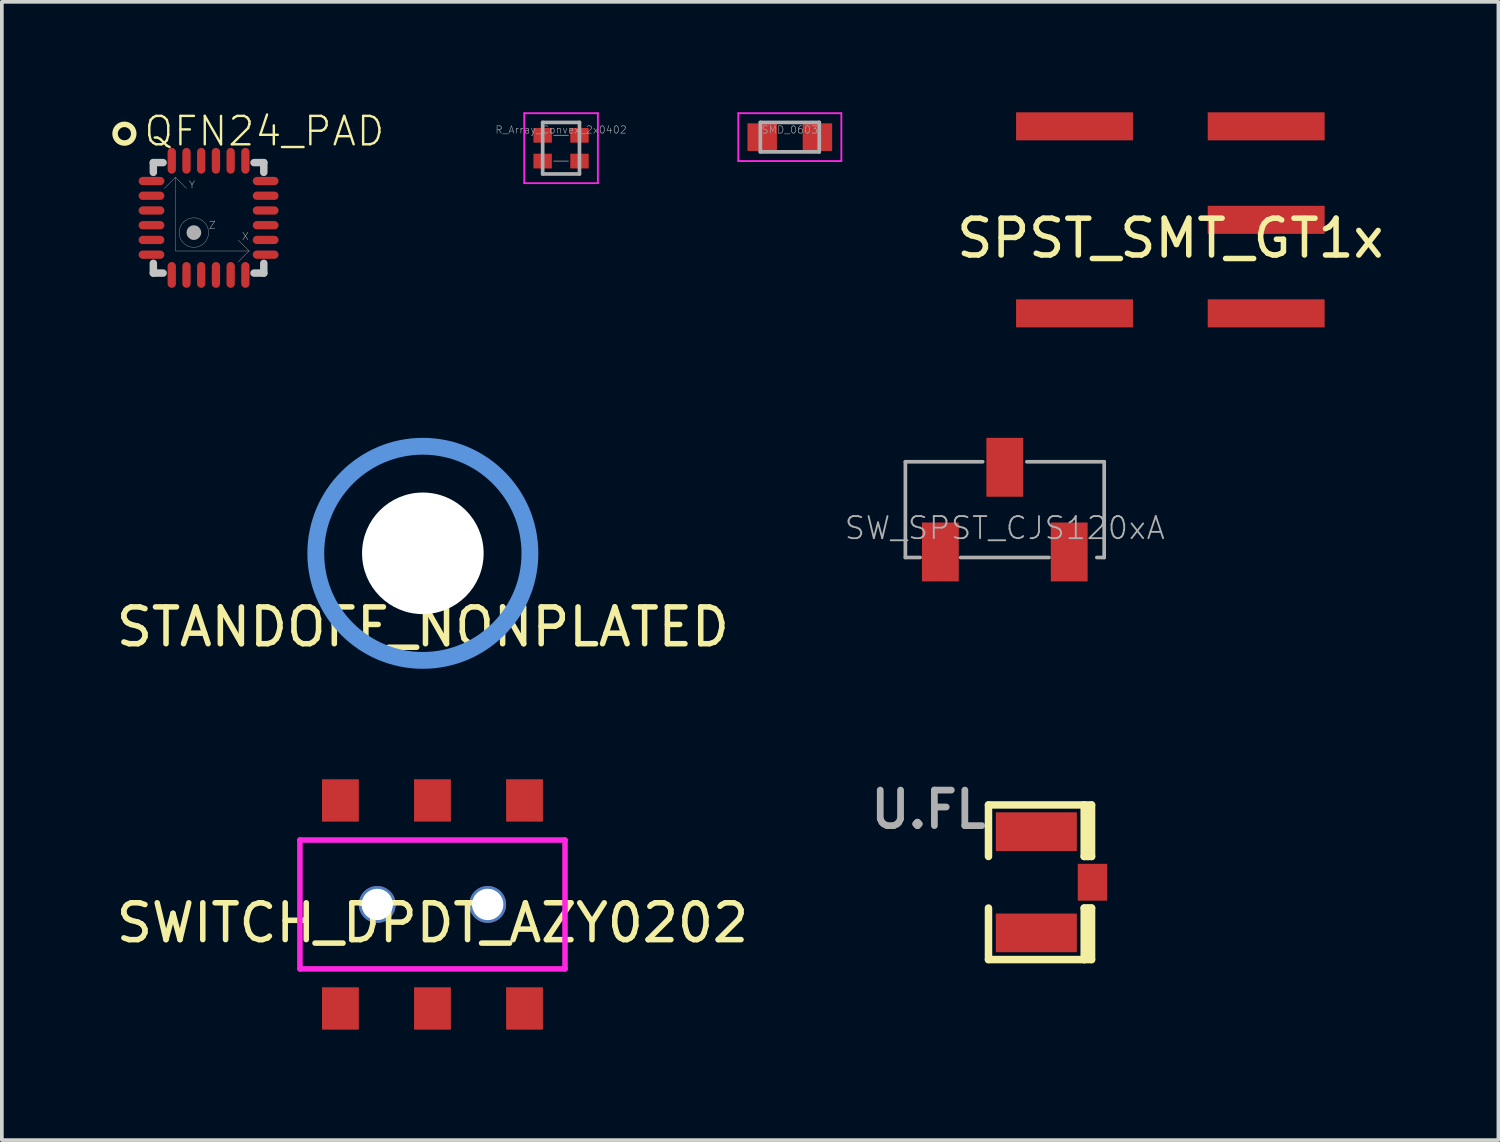
<source format=kicad_pcb>
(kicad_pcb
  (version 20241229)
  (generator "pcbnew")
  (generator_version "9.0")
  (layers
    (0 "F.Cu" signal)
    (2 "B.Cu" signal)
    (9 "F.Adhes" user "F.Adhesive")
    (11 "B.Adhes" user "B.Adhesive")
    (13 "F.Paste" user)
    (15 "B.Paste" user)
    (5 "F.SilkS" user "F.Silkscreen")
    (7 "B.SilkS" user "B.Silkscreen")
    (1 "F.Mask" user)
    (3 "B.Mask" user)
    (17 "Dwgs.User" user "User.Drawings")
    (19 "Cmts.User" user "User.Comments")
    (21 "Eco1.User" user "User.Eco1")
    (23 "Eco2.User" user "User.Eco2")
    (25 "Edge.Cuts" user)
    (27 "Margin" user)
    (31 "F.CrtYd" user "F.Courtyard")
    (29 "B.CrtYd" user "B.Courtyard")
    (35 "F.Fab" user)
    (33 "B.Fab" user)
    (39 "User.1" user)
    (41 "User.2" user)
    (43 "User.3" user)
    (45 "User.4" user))
  (footprint "R_Array_Convex_2x0402"
    (layer "F.Cu")
    (at 12.189 0.975)
    (property "Reference" "R_Array_Convex_2x0402" (at 0 -0.5 0) (layer "F.Fab") (effects (font (size 0.2 0.2) (thickness 0.015))))
    (attr smd)
    (fp_line (start -1 -0.95) (end -1 0.95) (stroke (width 0.05) (type solid)) (layer "F.CrtYd"))
    (fp_line (start -1 -0.95) (end 1 -0.95) (stroke (width 0.05) (type solid)) (layer "F.CrtYd"))
    (fp_line (start 1 0.95) (end -1 0.95) (stroke (width 0.05) (type solid)) (layer "F.CrtYd"))
    (fp_line (start 1 0.95) (end 1 -0.95) (stroke (width 0.05) (type solid)) (layer "F.CrtYd"))
    (fp_line (start -0.5 -0.7) (end -0.5 0.7) (stroke (width 0.1) (type solid)) (layer "F.Fab"))
    (fp_line (start -0.5 0.7) (end 0.5 0.7) (stroke (width 0.1) (type solid)) (layer "F.Fab"))
    (fp_line (start -0.2 -0.35) (end 0.2 -0.35) (stroke (width 0.02) (type solid)) (layer "F.Fab"))
    (fp_line (start -0.2 0.35) (end 0.2 0.35) (stroke (width 0.02) (type solid)) (layer "F.Fab"))
    (fp_line (start 0.5 -0.7) (end -0.5 -0.7) (stroke (width 0.1) (type solid)) (layer "F.Fab"))
    (fp_line (start 0.5 0.7) (end 0.5 -0.7) (stroke (width 0.1) (type solid)) (layer "F.Fab"))
    (pad "1" smd rect (at -0.5 -0.35) (size 0.5 0.4) (layers "F.Cu" "F.Mask" "F.Paste"))
    (pad "2" smd rect (at -0.5 0.35) (size 0.5 0.4) (layers "F.Cu" "F.Mask" "F.Paste"))
    (pad "3" smd rect (at 0.5 0.35) (size 0.5 0.4) (layers "F.Cu" "F.Mask" "F.Paste"))
    (pad "4" smd rect (at 0.5 -0.35) (size 0.5 0.4) (layers "F.Cu" "F.Mask" "F.Paste")))
  (footprint "QFN24_PAD"
    (layer "F.Cu")
    (at 2.615 2.867)
    (property "Reference" "QFN24_PAD" (at -1.8 -1.9 0) (layer "F.SilkS") (effects (font (size 0.772 0.772) (thickness 0.065)) (justify left bottom)))
    (attr through_hole)
    (fp_circle (center -2.286 -2.286) (end -2.032 -2.286) (stroke (width 0.15) (type solid)) (fill no) (layer "F.SilkS"))
    (fp_line (start -1.5 -1.235) (end -1.5 -1.5) (stroke (width 0.203) (type solid)) (layer "Dwgs.User"))
    (fp_line (start -1.5 1.235) (end -1.5 1.5) (stroke (width 0.203) (type solid)) (layer "Dwgs.User"))
    (fp_line (start -1.235 -1.5) (end -1.5 -1.5) (stroke (width 0.203) (type solid)) (layer "Dwgs.User"))
    (fp_line (start -1.235 1.5) (end -1.5 1.5) (stroke (width 0.203) (type solid)) (layer "Dwgs.User"))
    (fp_line (start 1.235 -1.5) (end 1.5 -1.5) (stroke (width 0.203) (type solid)) (layer "Dwgs.User"))
    (fp_line (start 1.235 1.5) (end 1.5 1.5) (stroke (width 0.203) (type solid)) (layer "Dwgs.User"))
    (fp_line (start 1.5 -1.235) (end 1.5 -1.5) (stroke (width 0.203) (type solid)) (layer "Dwgs.User"))
    (fp_line (start 1.5 1.235) (end 1.5 1.5) (stroke (width 0.203) (type solid)) (layer "Dwgs.User"))
    (fp_line (start -0.9 -1.1) (end -1.2 -0.8) (stroke (width 0.01) (type solid)) (layer "F.Fab"))
    (fp_line (start -0.9 -1.1) (end -0.9 0.9) (stroke (width 0.01) (type solid)) (layer "F.Fab"))
    (fp_line (start -0.9 -1.1) (end -0.6 -0.8) (stroke (width 0.01) (type solid)) (layer "F.Fab"))
    (fp_line (start -0.9 0.9) (end 1.1 0.9) (stroke (width 0.01) (type solid)) (layer "F.Fab"))
    (fp_line (start 1.1 0.9) (end 0.8 0.6) (stroke (width 0.01) (type solid)) (layer "F.Fab"))
    (fp_line (start 1.1 0.9) (end 0.8 1.2) (stroke (width 0.01) (type solid)) (layer "F.Fab"))
    (fp_circle (center -0.4 0.4) (end -0.3 0.4) (stroke (width 0.2) (type solid)) (fill no) (layer "F.Fab"))
    (fp_circle (center -0.4 0.4) (end 0 0.4) (stroke (width 0.01) (type solid)) (fill no) (layer "F.Fab"))
    (fp_text user "X" (at 1 0.5 0) (layer "F.Fab") (effects (font (size 0.2 0.2) (thickness 0.015))))
    (fp_text user "Z" (at 0.1 0.2 0) (layer "F.Fab") (effects (font (size 0.2 0.2) (thickness 0.015))))
    (fp_text user "Y" (at -0.45 -0.9 0) (layer "F.Fab") (effects (font (size 0.2 0.2) (thickness 0.015))))
    (pad "1" smd oval (at -1.55 -1 90) (size 0.225 0.7) (layers "F.Cu" "F.Mask" "F.Paste"))
    (pad "2" smd oval (at -1.55 -0.6 90) (size 0.225 0.7) (layers "F.Cu" "F.Mask" "F.Paste"))
    (pad "3" smd oval (at -1.55 -0.2 90) (size 0.225 0.7) (layers "F.Cu" "F.Mask" "F.Paste"))
    (pad "4" smd oval (at -1.55 0.2 90) (size 0.225 0.7) (layers "F.Cu" "F.Mask" "F.Paste"))
    (pad "5" smd oval (at -1.55 0.6 90) (size 0.225 0.7) (layers "F.Cu" "F.Mask" "F.Paste"))
    (pad "6" smd oval (at -1.55 1 90) (size 0.225 0.7) (layers "F.Cu" "F.Mask" "F.Paste"))
    (pad "7" smd oval (at -1 1.55 180) (size 0.225 0.7) (layers "F.Cu" "F.Mask" "F.Paste"))
    (pad "8" smd oval (at -0.6 1.55 180) (size 0.225 0.7) (layers "F.Cu" "F.Mask" "F.Paste"))
    (pad "9" smd oval (at -0.2 1.55 180) (size 0.225 0.7) (layers "F.Cu" "F.Mask" "F.Paste"))
    (pad "10" smd oval (at 0.2 1.55 180) (size 0.225 0.7) (layers "F.Cu" "F.Mask" "F.Paste"))
    (pad "11" smd oval (at 0.6 1.55 180) (size 0.225 0.7) (layers "F.Cu" "F.Mask" "F.Paste"))
    (pad "12" smd oval (at 1 1.55 180) (size 0.225 0.7) (layers "F.Cu" "F.Mask" "F.Paste"))
    (pad "13" smd oval (at 1.55 1 270) (size 0.225 0.7) (layers "F.Cu" "F.Mask" "F.Paste"))
    (pad "14" smd oval (at 1.55 0.6 270) (size 0.225 0.7) (layers "F.Cu" "F.Mask" "F.Paste"))
    (pad "15" smd oval (at 1.55 0.2 270) (size 0.225 0.7) (layers "F.Cu" "F.Mask" "F.Paste"))
    (pad "16" smd oval (at 1.55 -0.2 270) (size 0.225 0.7) (layers "F.Cu" "F.Mask" "F.Paste"))
    (pad "17" smd oval (at 1.55 -0.6 270) (size 0.225 0.7) (layers "F.Cu" "F.Mask" "F.Paste"))
    (pad "18" smd oval (at 1.55 -1 270) (size 0.225 0.7) (layers "F.Cu" "F.Mask" "F.Paste"))
    (pad "19" smd oval (at 1 -1.55) (size 0.225 0.7) (layers "F.Cu" "F.Mask" "F.Paste"))
    (pad "20" smd oval (at 0.6 -1.55) (size 0.225 0.7) (layers "F.Cu" "F.Mask" "F.Paste"))
    (pad "21" smd oval (at 0.2 -1.55) (size 0.225 0.7) (layers "F.Cu" "F.Mask" "F.Paste"))
    (pad "22" smd oval (at -0.2 -1.55) (size 0.225 0.7) (layers "F.Cu" "F.Mask" "F.Paste"))
    (pad "23" smd oval (at -0.6 -1.55) (size 0.225 0.7) (layers "F.Cu" "F.Mask" "F.Paste"))
    (pad "24" smd oval (at -1 -1.55) (size 0.225 0.7) (layers "F.Cu" "F.Mask" "F.Paste")))
  (footprint "U.FL"
    (layer "F.Cu")
    (at 25.098 20.913)
    (property "Reference" "U.FL" (at -1.27 -2.54 0) (layer "F.Fab") (effects (font (size 0.965 0.965) (thickness 0.183)) (justify right top)))
    (attr through_hole)
    (fp_line (start -1.3 -0.7) (end -1.3 -2.1) (stroke (width 0.203) (type solid)) (layer "F.SilkS"))
    (fp_line (start -1.3 2.1) (end -1.3 0.7) (stroke (width 0.203) (type solid)) (layer "F.SilkS"))
    (fp_line (start -1.3 2.1) (end 1.3 2.1) (stroke (width 0.203) (type solid)) (layer "F.SilkS"))
    (fp_line (start 1.3 -2.1) (end -1.3 -2.1) (stroke (width 0.203) (type solid)) (layer "F.SilkS"))
    (fp_line (start 1.3 -0.7) (end 1.3 -2.1) (stroke (width 0.203) (type solid)) (layer "F.SilkS"))
    (fp_line (start 1.3 2.1) (end 1.3 0.7) (stroke (width 0.203) (type solid)) (layer "F.SilkS"))
    (fp_line (start 1.4 -0.7) (end 1.4 -2) (stroke (width 0.203) (type solid)) (layer "F.SilkS"))
    (fp_line (start 1.4 2) (end 1.4 0.7) (stroke (width 0.203) (type solid)) (layer "F.SilkS"))
    (fp_line (start 1.5 -2.1) (end 1.3 -2.1) (stroke (width 0.203) (type solid)) (layer "F.SilkS"))
    (fp_line (start 1.5 -0.7) (end 1.3 -0.7) (stroke (width 0.203) (type solid)) (layer "F.SilkS"))
    (fp_line (start 1.5 -0.7) (end 1.5 -2.1) (stroke (width 0.203) (type solid)) (layer "F.SilkS"))
    (fp_line (start 1.5 0.7) (end 1.3 0.7) (stroke (width 0.203) (type solid)) (layer "F.SilkS"))
    (fp_line (start 1.5 2.1) (end 1.3 2.1) (stroke (width 0.203) (type solid)) (layer "F.SilkS"))
    (fp_line (start 1.5 2.1) (end 1.5 0.7) (stroke (width 0.203) (type solid)) (layer "F.SilkS"))
    (pad "1" smd rect (at 0 -1.375) (size 2.2 1.05) (layers "F.Cu" "F.Mask" "F.Paste"))
    (pad "2" smd rect (at 0 1.375) (size 2.2 1.05) (layers "F.Cu" "F.Mask" "F.Paste"))
    (pad "3" smd rect (at 1.525 0) (size 0.8 1) (layers "F.Cu" "F.Mask" "F.Paste")))
  (footprint "STANDOFF_NONPLATED"
    (layer "F.Cu")
    (at 8.435 11.979)
    (property "Reference" "STANDOFF_NONPLATED" (at 0 2 0) (layer "F.SilkS") (effects (font (size 1 1) (thickness 0.15))))
    (attr through_hole)
    (fp_circle (center 0 0) (end 0.711 0) (stroke (width 1.422) (type solid)) (fill no) (layer "F.SilkS"))
    (fp_circle (center 0 0) (end 2.908 0) (stroke (width 0.457) (type solid)) (fill no) (layer "Cmts.User"))
    (pad "" np_thru_hole circle (at 0 0) (size 3.302 3.302) (drill 3.302) (layers "*.Cu" "*.Mask")))
  (footprint "SMD_0603"
    (layer "F.Cu")
    (at 18.402 0.675)
    (property "Reference" "SMD_0603" (at 0 -0.2 0) (layer "F.Fab") (effects (font (size 0.2 0.2) (thickness 0.015))))
    (attr smd)
    (fp_line (start -1.4 -0.65) (end -1.4 0.65) (stroke (width 0.05) (type solid)) (layer "F.CrtYd"))
    (fp_line (start -1.4 -0.65) (end 1.4 -0.65) (stroke (width 0.05) (type solid)) (layer "F.CrtYd"))
    (fp_line (start 1.4 0.65) (end -1.4 0.65) (stroke (width 0.05) (type solid)) (layer "F.CrtYd"))
    (fp_line (start 1.4 0.65) (end 1.4 -0.65) (stroke (width 0.05) (type solid)) (layer "F.CrtYd"))
    (fp_line (start -0.8 -0.4) (end 0.8 -0.4) (stroke (width 0.1) (type solid)) (layer "F.Fab"))
    (fp_line (start -0.8 0.4) (end -0.8 -0.4) (stroke (width 0.1) (type solid)) (layer "F.Fab"))
    (fp_line (start 0.8 -0.4) (end 0.8 0.4) (stroke (width 0.1) (type solid)) (layer "F.Fab"))
    (fp_line (start 0.8 0.4) (end -0.8 0.4) (stroke (width 0.1) (type solid)) (layer "F.Fab"))
    (pad "1" smd rect (at -0.75 0) (size 0.8 0.75) (layers "F.Cu" "F.Mask" "F.Paste"))
    (pad "2" smd rect (at 0.75 0) (size 0.8 0.75) (layers "F.Cu" "F.Mask" "F.Paste")))
  (footprint "SPST_SMT_GT1x"
    (layer "F.Cu")
    (at 28.738 2.921)
    (property "Reference" "SPST_SMT_GT1x" (at 0 0.5 0) (layer "F.SilkS") (effects (font (size 1 1) (thickness 0.15))))
    (attr through_hole)
    (pad "1" smd rect (at 2.603 -2.54) (size 3.175 0.762) (layers "F.Cu" "F.Mask" "F.Paste"))
    (pad "2" smd rect (at 2.603 0) (size 3.175 0.762) (layers "F.Cu" "F.Mask" "F.Paste"))
    (pad "3" smd rect (at 2.603 2.54) (size 3.175 0.762) (layers "F.Cu" "F.Mask" "F.Paste"))
    (pad "4" smd rect (at -2.603 -2.54) (size 3.175 0.762) (layers "F.Cu" "F.Mask" "F.Paste"))
    (pad "6" smd rect (at -2.603 2.54) (size 3.175 0.762) (layers "F.Cu" "F.Mask" "F.Paste")))
  (footprint "SWITCH_DPDT_AZY0202"
    (layer "F.Cu")
    (at 8.696 21.516)
    (property "Reference" "SWITCH_DPDT_AZY0202" (at 0 0.5 0) (layer "F.SilkS") (effects (font (size 1 1) (thickness 0.15))))
    (attr through_hole)
    (fp_line (start -3.6 -1.75) (end 3.6 -1.75) (stroke (width 0.15) (type solid)) (layer "F.CrtYd"))
    (fp_line (start -3.6 1.75) (end -3.6 -1.75) (stroke (width 0.15) (type solid)) (layer "F.CrtYd"))
    (fp_line (start 3.6 -1.75) (end 3.6 1.75) (stroke (width 0.15) (type solid)) (layer "F.CrtYd"))
    (fp_line (start 3.6 1.75) (end -3.6 1.75) (stroke (width 0.15) (type solid)) (layer "F.CrtYd"))
    (pad "" np_thru_hole circle (at -1.5 0) (size 1 1) (drill 0.85) (layers "*.Cu" "*.Mask"))
    (pad "" np_thru_hole circle (at 1.5 0) (size 1 1) (drill 0.85) (layers "*.Cu" "*.Mask"))
    (pad "1" smd rect (at -2.5 -2.825) (size 1 1.15) (layers "F.Cu" "F.Mask" "F.Paste"))
    (pad "2" smd rect (at 0 -2.825) (size 1 1.15) (layers "F.Cu" "F.Mask" "F.Paste"))
    (pad "3" smd rect (at 2.5 -2.825) (size 1 1.15) (layers "F.Cu" "F.Mask" "F.Paste"))
    (pad "4" smd rect (at -2.5 2.825) (size 1 1.15) (layers "F.Cu" "F.Mask" "F.Paste"))
    (pad "5" smd rect (at 0 2.825) (size 1 1.15) (layers "F.Cu" "F.Mask" "F.Paste"))
    (pad "6" smd rect (at 2.5 2.825) (size 1 1.15) (layers "F.Cu" "F.Mask" "F.Paste")))
  (footprint "SW_SPST_CJS120xA"
    (layer "F.Cu")
    (at 24.241 10.792)
    (property "Reference" "SW_SPST_CJS120xA" (at 0 0.5 0) (layer "F.Fab") (effects (font (size 0.6 0.6) (thickness 0.05))))
    (attr through_hole)
    (fp_line (start -2.7 -1.3) (end -0.6 -1.3) (stroke (width 0.1) (type solid)) (layer "F.Fab"))
    (fp_line (start -2.7 1.3) (end -2.7 -1.3) (stroke (width 0.1) (type solid)) (layer "F.Fab"))
    (fp_line (start -2.3 1.3) (end -2.7 1.3) (stroke (width 0.1) (type solid)) (layer "F.Fab"))
    (fp_line (start 0.6 -1.3) (end 2.7 -1.3) (stroke (width 0.1) (type solid)) (layer "F.Fab"))
    (fp_line (start 1.2 1.3) (end -1.2 1.3) (stroke (width 0.1) (type solid)) (layer "F.Fab"))
    (fp_line (start 2.7 -1.3) (end 2.7 1.3) (stroke (width 0.1) (type solid)) (layer "F.Fab"))
    (fp_line (start 2.7 1.3) (end 2.5 1.3) (stroke (width 0.1) (type solid)) (layer "F.Fab"))
    (pad "1" smd rect (at -1.75 1.15) (size 1 1.6) (layers "F.Cu" "F.Mask" "F.Paste"))
    (pad "2" smd rect (at 0 -1.15) (size 1 1.6) (layers "F.Cu" "F.Mask" "F.Paste"))
    (pad "3" smd rect (at 1.75 1.15) (size 1 1.6) (layers "F.Cu" "F.Mask" "F.Paste")))
  (gr_rect
    (start -3 -3)
    (end 37.648 27.916)
    (stroke (width 0.1) (type default))
    (fill no)
    (layer "Edge.Cuts")))
</source>
